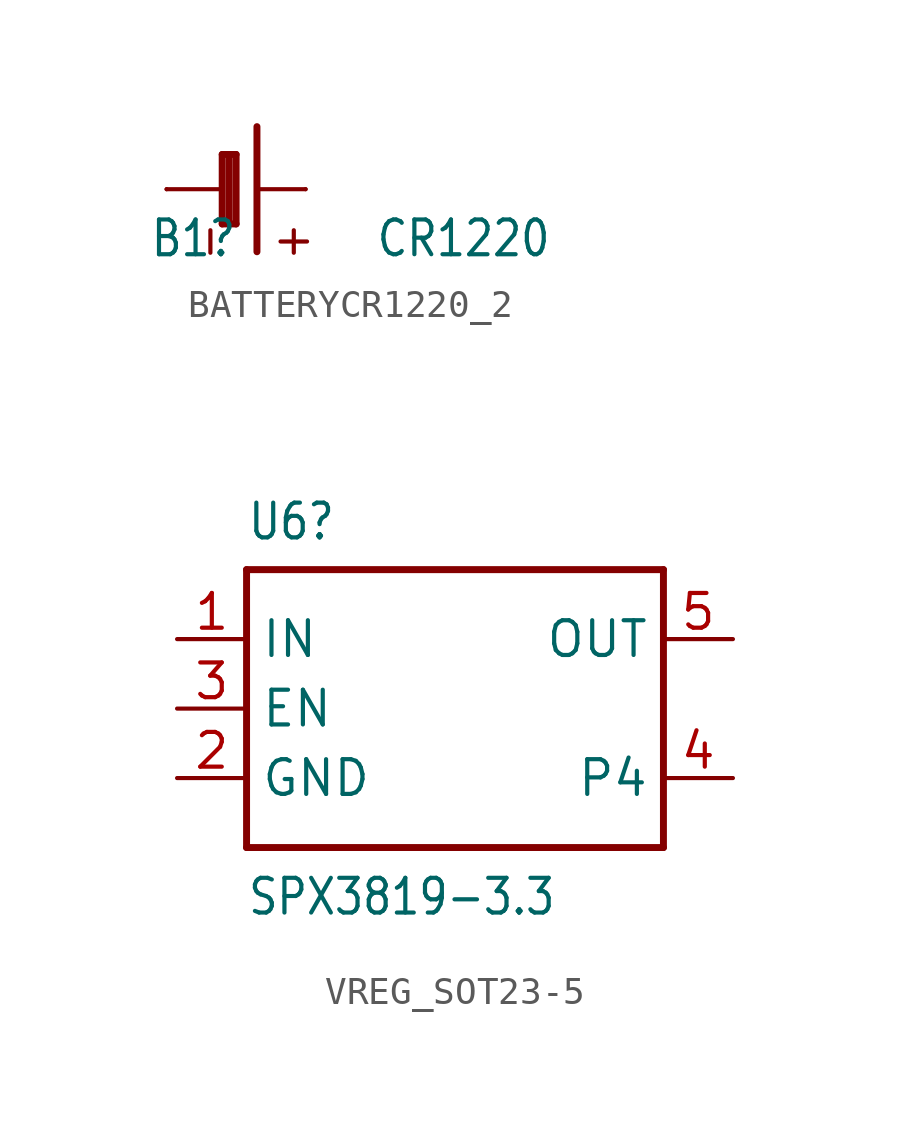
<source format=kicad_sym>
(kicad_symbol_lib
  (version 20211014)
  (generator kicad_symbol_editor)
  (symbol "BATTERYCR1220_2"
    (property "Reference" "B1"
      (at -3.175 -2.54 0)
      (effects (font (size 1.27 1.079)) (justify left bottom)))
    (property "Value" "CR1220"
      (at 5.08 -2.54 0)
      (effects (font (size 1.27 1.079)) (justify left bottom)))
    (property "ki_locked" ""
      (at 0 0 0)
      (effects (font (size 1.27 1.27))))
    (symbol "BATTERYCR1220_2_1_0"
      (polyline (pts (xy -2.54 0) (xy -0.635 0)) (stroke (width 0.152) (type default) (color 0 0 0 0)) (fill (type none)))
      (polyline (pts (xy -0.508 -1.27) (xy -0.508 1.27)) (stroke (width 0.254) (type default) (color 0 0 0 0)) (fill (type none)))
      (polyline (pts (xy -0.508 1.27) (xy -0.254 1.27)) (stroke (width 0.254) (type default) (color 0 0 0 0)) (fill (type none)))
      (polyline (pts (xy -0.254 -1.27) (xy -0.508 -1.27)) (stroke (width 0.254) (type default) (color 0 0 0 0)) (fill (type none)))
      (polyline (pts (xy -0.254 1.27) (xy -0.254 -1.27)) (stroke (width 0.254) (type default) (color 0 0 0 0)) (fill (type none)))
      (polyline (pts (xy -0.254 1.27) (xy 0 1.27)) (stroke (width 0.254) (type default) (color 0 0 0 0)) (fill (type none)))
      (polyline (pts (xy 0 -1.27) (xy -0.254 -1.27)) (stroke (width 0.254) (type default) (color 0 0 0 0)) (fill (type none)))
      (polyline (pts (xy 0 1.27) (xy 0 -1.27)) (stroke (width 0.254) (type default) (color 0 0 0 0)) (fill (type none)))
      (polyline (pts (xy 0.762 2.286) (xy 0.762 -2.286)) (stroke (width 0.254) (type default) (color 0 0 0 0)) (fill (type none)))
      (polyline (pts (xy 0.889 0) (xy 2.54 0)) (stroke (width 0.152) (type default) (color 0 0 0 0)) (fill (type none)))
      (text "+" (at 1.27 -1.143 900) (effects (font (size 1.27 1.079)) (justify right top)))
      (text "-" (at -1.778 -1.143 900) (effects (font (size 1.27 1.079)) (justify right top)))
      (pin power_out line (at 2.54 0 180) (length 0) (name "+" (effects (font (size 0 0)))) (number "+" (effects (font (size 0 0)))))
      (pin power_out line (at -2.54 0 0) (length 0) (name "-" (effects (font (size 0 0)))) (number "-" (effects (font (size 0 0)))))))
  (symbol "VREG_SOT23-5"
    (property "Reference" "U6"
      (at -7.62 6.096 0)
      (effects (font (size 1.27 1.079)) (justify left bottom)))
    (property "Value" "SPX3819-3.3"
      (at -7.62 -7.62 0)
      (effects (font (size 1.27 1.079)) (justify left bottom)))
    (property "ki_locked" ""
      (at 0 0 0)
      (effects (font (size 1.27 1.27))))
    (symbol "VREG_SOT23-5_1_0"
      (polyline (pts (xy -7.62 -5.08) (xy -7.62 5.08)) (stroke (width 0.254) (type default) (color 0 0 0 0)) (fill (type none)))
      (polyline (pts (xy -7.62 5.08) (xy 7.62 5.08)) (stroke (width 0.254) (type default) (color 0 0 0 0)) (fill (type none)))
      (polyline (pts (xy 7.62 -5.08) (xy -7.62 -5.08)) (stroke (width 0.254) (type default) (color 0 0 0 0)) (fill (type none)))
      (polyline (pts (xy 7.62 5.08) (xy 7.62 -5.08)) (stroke (width 0.254) (type default) (color 0 0 0 0)) (fill (type none)))
      (pin power_in line (at -10.16 2.54 0) (length 2.54) (name "IN" (effects (font (size 1.27 1.27)))) (number "1" (effects (font (size 1.27 1.27)))))
      (pin power_out line (at -10.16 -2.54 0) (length 2.54) (name "GND" (effects (font (size 1.27 1.27)))) (number "2" (effects (font (size 1.27 1.27)))))
      (pin input line (at -10.16 0 0) (length 2.54) (name "EN" (effects (font (size 1.27 1.27)))) (number "3" (effects (font (size 1.27 1.27)))))
      (pin bidirectional line (at 10.16 -2.54 180) (length 2.54) (name "P4" (effects (font (size 1.27 1.27)))) (number "4" (effects (font (size 1.27 1.27)))))
      (pin power_out line (at 10.16 2.54 180) (length 2.54) (name "OUT" (effects (font (size 1.27 1.27)))) (number "5" (effects (font (size 1.27 1.27))))))))
</source>
